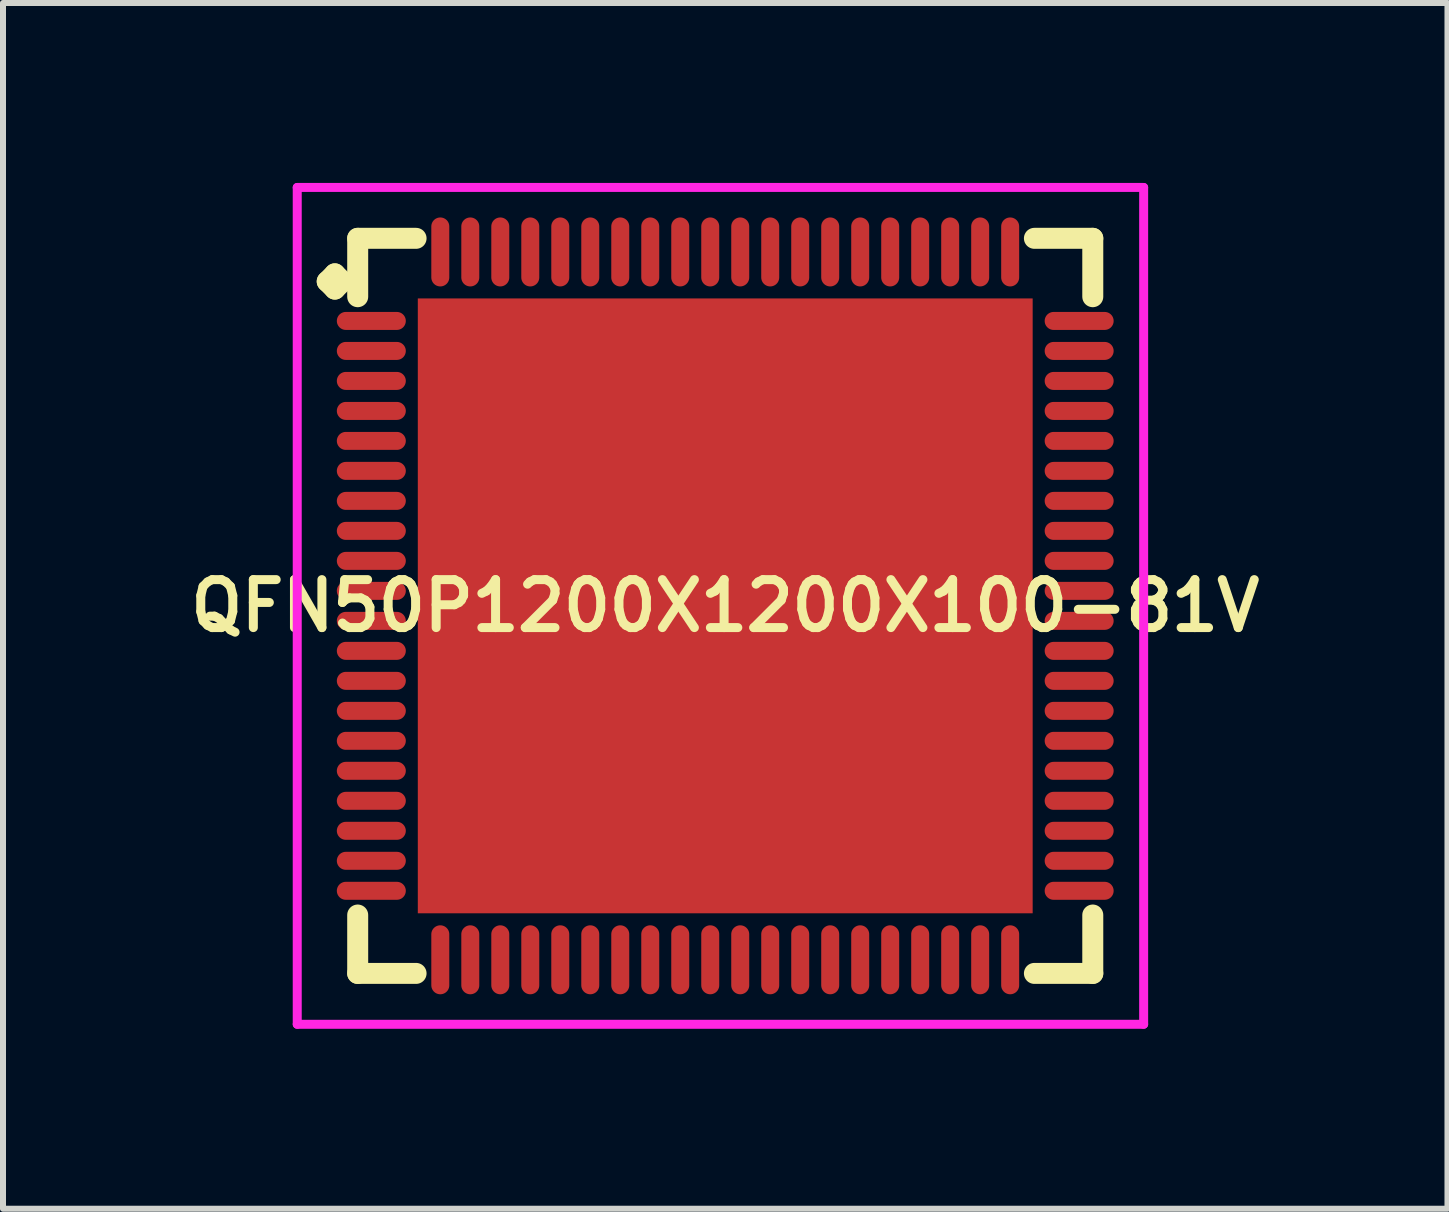
<source format=kicad_pcb>
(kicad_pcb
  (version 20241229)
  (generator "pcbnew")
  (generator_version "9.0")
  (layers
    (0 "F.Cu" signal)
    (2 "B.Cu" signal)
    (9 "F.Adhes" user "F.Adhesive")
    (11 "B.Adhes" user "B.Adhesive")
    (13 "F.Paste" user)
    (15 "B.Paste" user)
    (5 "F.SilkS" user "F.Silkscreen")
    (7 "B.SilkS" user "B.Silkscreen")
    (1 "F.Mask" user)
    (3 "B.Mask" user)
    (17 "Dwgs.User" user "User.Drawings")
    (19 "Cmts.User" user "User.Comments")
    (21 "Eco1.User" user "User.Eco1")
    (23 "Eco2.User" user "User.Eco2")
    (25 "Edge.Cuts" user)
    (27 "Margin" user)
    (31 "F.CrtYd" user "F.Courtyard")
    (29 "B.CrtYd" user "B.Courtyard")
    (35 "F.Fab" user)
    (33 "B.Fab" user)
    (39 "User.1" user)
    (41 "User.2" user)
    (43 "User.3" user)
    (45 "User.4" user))
  (footprint "QFN50P1200X1200X100-81V"
    (layer "F.Cu")
    (at 9.04 7.05)
    (property "Reference" "QFN50P1200X1200X100-81V" (at 0 0 0) (layer "F.SilkS") (effects (font (size 0.8 0.8) (thickness 0.15))))
    (attr through_hole)
    (fp_line (start -6.635 -5.408) (end -6.508 -5.535) (stroke (width 0.35) (type solid)) (layer "F.SilkS"))
    (fp_line (start -6.508 -5.535) (end -6.381 -5.408) (stroke (width 0.35) (type solid)) (layer "F.SilkS"))
    (fp_line (start -6.508 -5.281) (end -6.635 -5.408) (stroke (width 0.35) (type solid)) (layer "F.SilkS"))
    (fp_line (start -6.381 -5.408) (end -6.508 -5.281) (stroke (width 0.35) (type solid)) (layer "F.SilkS"))
    (fp_line (start -6.127 -6.127) (end -5.154 -6.127) (stroke (width 0.35) (type solid)) (layer "F.SilkS"))
    (fp_line (start -6.127 -5.154) (end -6.127 -6.127) (stroke (width 0.35) (type solid)) (layer "F.SilkS"))
    (fp_line (start -6.127 5.154) (end -6.127 6.127) (stroke (width 0.35) (type solid)) (layer "F.SilkS"))
    (fp_line (start -6.127 6.127) (end -5.154 6.127) (stroke (width 0.35) (type solid)) (layer "F.SilkS"))
    (fp_line (start 5.154 -6.127) (end 6.127 -6.127) (stroke (width 0.35) (type solid)) (layer "F.SilkS"))
    (fp_line (start 5.154 6.127) (end 6.127 6.127) (stroke (width 0.35) (type solid)) (layer "F.SilkS"))
    (fp_line (start 6.127 -6.127) (end 6.127 -5.154) (stroke (width 0.35) (type solid)) (layer "F.SilkS"))
    (fp_line (start 6.127 6.127) (end 6.127 5.154) (stroke (width 0.35) (type solid)) (layer "F.SilkS"))
    (fp_line (start -7.135 -6.975) (end 6.975 -6.975) (stroke (width 0.15) (type solid)) (layer "F.CrtYd"))
    (fp_line (start -7.135 6.975) (end -7.135 -6.975) (stroke (width 0.15) (type solid)) (layer "F.CrtYd"))
    (fp_line (start 6.975 -6.975) (end 6.975 6.975) (stroke (width 0.15) (type solid)) (layer "F.CrtYd"))
    (fp_line (start 6.975 6.975) (end -7.135 6.975) (stroke (width 0.15) (type solid)) (layer "F.CrtYd"))
    (pad "1" smd oval (at -5.9 -4.75) (size 1.15 0.3) (layers "F.Cu" "F.Mask" "F.Paste"))
    (pad "2" smd oval (at -5.9 -4.25) (size 1.15 0.3) (layers "F.Cu" "F.Mask" "F.Paste"))
    (pad "3" smd oval (at -5.9 -3.75) (size 1.15 0.3) (layers "F.Cu" "F.Mask" "F.Paste"))
    (pad "4" smd oval (at -5.9 -3.25) (size 1.15 0.3) (layers "F.Cu" "F.Mask" "F.Paste"))
    (pad "5" smd oval (at -5.9 -2.75) (size 1.15 0.3) (layers "F.Cu" "F.Mask" "F.Paste"))
    (pad "6" smd oval (at -5.9 -2.25) (size 1.15 0.3) (layers "F.Cu" "F.Mask" "F.Paste"))
    (pad "7" smd oval (at -5.9 -1.75) (size 1.15 0.3) (layers "F.Cu" "F.Mask" "F.Paste"))
    (pad "8" smd oval (at -5.9 -1.25) (size 1.15 0.3) (layers "F.Cu" "F.Mask" "F.Paste"))
    (pad "9" smd oval (at -5.9 -0.75) (size 1.15 0.3) (layers "F.Cu" "F.Mask" "F.Paste"))
    (pad "10" smd oval (at -5.9 -0.25) (size 1.15 0.3) (layers "F.Cu" "F.Mask" "F.Paste"))
    (pad "11" smd oval (at -5.9 0.25) (size 1.15 0.3) (layers "F.Cu" "F.Mask" "F.Paste"))
    (pad "12" smd oval (at -5.9 0.75) (size 1.15 0.3) (layers "F.Cu" "F.Mask" "F.Paste"))
    (pad "13" smd oval (at -5.9 1.25) (size 1.15 0.3) (layers "F.Cu" "F.Mask" "F.Paste"))
    (pad "14" smd oval (at -5.9 1.75) (size 1.15 0.3) (layers "F.Cu" "F.Mask" "F.Paste"))
    (pad "15" smd oval (at -5.9 2.25) (size 1.15 0.3) (layers "F.Cu" "F.Mask" "F.Paste"))
    (pad "16" smd oval (at -5.9 2.75) (size 1.15 0.3) (layers "F.Cu" "F.Mask" "F.Paste"))
    (pad "17" smd oval (at -5.9 3.25) (size 1.15 0.3) (layers "F.Cu" "F.Mask" "F.Paste"))
    (pad "18" smd oval (at -5.9 3.75) (size 1.15 0.3) (layers "F.Cu" "F.Mask" "F.Paste"))
    (pad "19" smd oval (at -5.9 4.25) (size 1.15 0.3) (layers "F.Cu" "F.Mask" "F.Paste"))
    (pad "20" smd oval (at -5.9 4.75) (size 1.15 0.3) (layers "F.Cu" "F.Mask" "F.Paste"))
    (pad "21" smd oval (at -4.75 5.9) (size 0.3 1.15) (layers "F.Cu" "F.Mask" "F.Paste"))
    (pad "22" smd oval (at -4.25 5.9) (size 0.3 1.15) (layers "F.Cu" "F.Mask" "F.Paste"))
    (pad "23" smd oval (at -3.75 5.9) (size 0.3 1.15) (layers "F.Cu" "F.Mask" "F.Paste"))
    (pad "24" smd oval (at -3.25 5.9) (size 0.3 1.15) (layers "F.Cu" "F.Mask" "F.Paste"))
    (pad "25" smd oval (at -2.75 5.9) (size 0.3 1.15) (layers "F.Cu" "F.Mask" "F.Paste"))
    (pad "26" smd oval (at -2.25 5.9) (size 0.3 1.15) (layers "F.Cu" "F.Mask" "F.Paste"))
    (pad "27" smd oval (at -1.75 5.9) (size 0.3 1.15) (layers "F.Cu" "F.Mask" "F.Paste"))
    (pad "28" smd oval (at -1.25 5.9) (size 0.3 1.15) (layers "F.Cu" "F.Mask" "F.Paste"))
    (pad "29" smd oval (at -0.75 5.9) (size 0.3 1.15) (layers "F.Cu" "F.Mask" "F.Paste"))
    (pad "30" smd oval (at -0.25 5.9) (size 0.3 1.15) (layers "F.Cu" "F.Mask" "F.Paste"))
    (pad "31" smd oval (at 0.25 5.9) (size 0.3 1.15) (layers "F.Cu" "F.Mask" "F.Paste"))
    (pad "32" smd oval (at 0.75 5.9) (size 0.3 1.15) (layers "F.Cu" "F.Mask" "F.Paste"))
    (pad "33" smd oval (at 1.25 5.9) (size 0.3 1.15) (layers "F.Cu" "F.Mask" "F.Paste"))
    (pad "34" smd oval (at 1.75 5.9) (size 0.3 1.15) (layers "F.Cu" "F.Mask" "F.Paste"))
    (pad "35" smd oval (at 2.25 5.9) (size 0.3 1.15) (layers "F.Cu" "F.Mask" "F.Paste"))
    (pad "36" smd oval (at 2.75 5.9) (size 0.3 1.15) (layers "F.Cu" "F.Mask" "F.Paste"))
    (pad "37" smd oval (at 3.25 5.9) (size 0.3 1.15) (layers "F.Cu" "F.Mask" "F.Paste"))
    (pad "38" smd oval (at 3.75 5.9) (size 0.3 1.15) (layers "F.Cu" "F.Mask" "F.Paste"))
    (pad "39" smd oval (at 4.25 5.9) (size 0.3 1.15) (layers "F.Cu" "F.Mask" "F.Paste"))
    (pad "40" smd oval (at 4.75 5.9) (size 0.3 1.15) (layers "F.Cu" "F.Mask" "F.Paste"))
    (pad "41" smd oval (at 5.9 4.75) (size 1.15 0.3) (layers "F.Cu" "F.Mask" "F.Paste"))
    (pad "42" smd oval (at 5.9 4.25) (size 1.15 0.3) (layers "F.Cu" "F.Mask" "F.Paste"))
    (pad "43" smd oval (at 5.9 3.75) (size 1.15 0.3) (layers "F.Cu" "F.Mask" "F.Paste"))
    (pad "44" smd oval (at 5.9 3.25) (size 1.15 0.3) (layers "F.Cu" "F.Mask" "F.Paste"))
    (pad "45" smd oval (at 5.9 2.75) (size 1.15 0.3) (layers "F.Cu" "F.Mask" "F.Paste"))
    (pad "46" smd oval (at 5.9 2.25) (size 1.15 0.3) (layers "F.Cu" "F.Mask" "F.Paste"))
    (pad "47" smd oval (at 5.9 1.75) (size 1.15 0.3) (layers "F.Cu" "F.Mask" "F.Paste"))
    (pad "48" smd oval (at 5.9 1.25) (size 1.15 0.3) (layers "F.Cu" "F.Mask" "F.Paste"))
    (pad "49" smd oval (at 5.9 0.75) (size 1.15 0.3) (layers "F.Cu" "F.Mask" "F.Paste"))
    (pad "50" smd oval (at 5.9 0.25) (size 1.15 0.3) (layers "F.Cu" "F.Mask" "F.Paste"))
    (pad "51" smd oval (at 5.9 -0.25) (size 1.15 0.3) (layers "F.Cu" "F.Mask" "F.Paste"))
    (pad "52" smd oval (at 5.9 -0.75) (size 1.15 0.3) (layers "F.Cu" "F.Mask" "F.Paste"))
    (pad "53" smd oval (at 5.9 -1.25) (size 1.15 0.3) (layers "F.Cu" "F.Mask" "F.Paste"))
    (pad "54" smd oval (at 5.9 -1.75) (size 1.15 0.3) (layers "F.Cu" "F.Mask" "F.Paste"))
    (pad "55" smd oval (at 5.9 -2.25) (size 1.15 0.3) (layers "F.Cu" "F.Mask" "F.Paste"))
    (pad "56" smd oval (at 5.9 -2.75) (size 1.15 0.3) (layers "F.Cu" "F.Mask" "F.Paste"))
    (pad "57" smd oval (at 5.9 -3.25) (size 1.15 0.3) (layers "F.Cu" "F.Mask" "F.Paste"))
    (pad "58" smd oval (at 5.9 -3.75) (size 1.15 0.3) (layers "F.Cu" "F.Mask" "F.Paste"))
    (pad "59" smd oval (at 5.9 -4.25) (size 1.15 0.3) (layers "F.Cu" "F.Mask" "F.Paste"))
    (pad "60" smd oval (at 5.9 -4.75) (size 1.15 0.3) (layers "F.Cu" "F.Mask" "F.Paste"))
    (pad "61" smd oval (at 4.75 -5.9) (size 0.3 1.15) (layers "F.Cu" "F.Mask" "F.Paste"))
    (pad "62" smd oval (at 4.25 -5.9) (size 0.3 1.15) (layers "F.Cu" "F.Mask" "F.Paste"))
    (pad "63" smd oval (at 3.75 -5.9) (size 0.3 1.15) (layers "F.Cu" "F.Mask" "F.Paste"))
    (pad "64" smd oval (at 3.25 -5.9) (size 0.3 1.15) (layers "F.Cu" "F.Mask" "F.Paste"))
    (pad "65" smd oval (at 2.75 -5.9) (size 0.3 1.15) (layers "F.Cu" "F.Mask" "F.Paste"))
    (pad "66" smd oval (at 2.25 -5.9) (size 0.3 1.15) (layers "F.Cu" "F.Mask" "F.Paste"))
    (pad "67" smd oval (at 1.75 -5.9) (size 0.3 1.15) (layers "F.Cu" "F.Mask" "F.Paste"))
    (pad "68" smd oval (at 1.25 -5.9) (size 0.3 1.15) (layers "F.Cu" "F.Mask" "F.Paste"))
    (pad "69" smd oval (at 0.75 -5.9) (size 0.3 1.15) (layers "F.Cu" "F.Mask" "F.Paste"))
    (pad "70" smd oval (at 0.25 -5.9) (size 0.3 1.15) (layers "F.Cu" "F.Mask" "F.Paste"))
    (pad "71" smd oval (at -0.25 -5.9) (size 0.3 1.15) (layers "F.Cu" "F.Mask" "F.Paste"))
    (pad "72" smd oval (at -0.75 -5.9) (size 0.3 1.15) (layers "F.Cu" "F.Mask" "F.Paste"))
    (pad "73" smd oval (at -1.25 -5.9) (size 0.3 1.15) (layers "F.Cu" "F.Mask" "F.Paste"))
    (pad "74" smd oval (at -1.75 -5.9) (size 0.3 1.15) (layers "F.Cu" "F.Mask" "F.Paste"))
    (pad "75" smd oval (at -2.25 -5.9) (size 0.3 1.15) (layers "F.Cu" "F.Mask" "F.Paste"))
    (pad "76" smd oval (at -2.75 -5.9) (size 0.3 1.15) (layers "F.Cu" "F.Mask" "F.Paste"))
    (pad "77" smd oval (at -3.25 -5.9) (size 0.3 1.15) (layers "F.Cu" "F.Mask" "F.Paste"))
    (pad "78" smd oval (at -3.75 -5.9) (size 0.3 1.15) (layers "F.Cu" "F.Mask" "F.Paste"))
    (pad "79" smd oval (at -4.25 -5.9) (size 0.3 1.15) (layers "F.Cu" "F.Mask" "F.Paste"))
    (pad "80" smd oval (at -4.75 -5.9) (size 0.3 1.15) (layers "F.Cu" "F.Mask" "F.Paste"))
    (pad "81" smd rect (at 0 0) (size 10.25 10.25) (layers "F.Cu" "F.Mask" "F.Paste")))
  (gr_rect
    (start -3 -3)
    (end 21.08 17.1)
    (stroke (width 0.1) (type default))
    (fill no)
    (layer "Edge.Cuts")))
</source>
